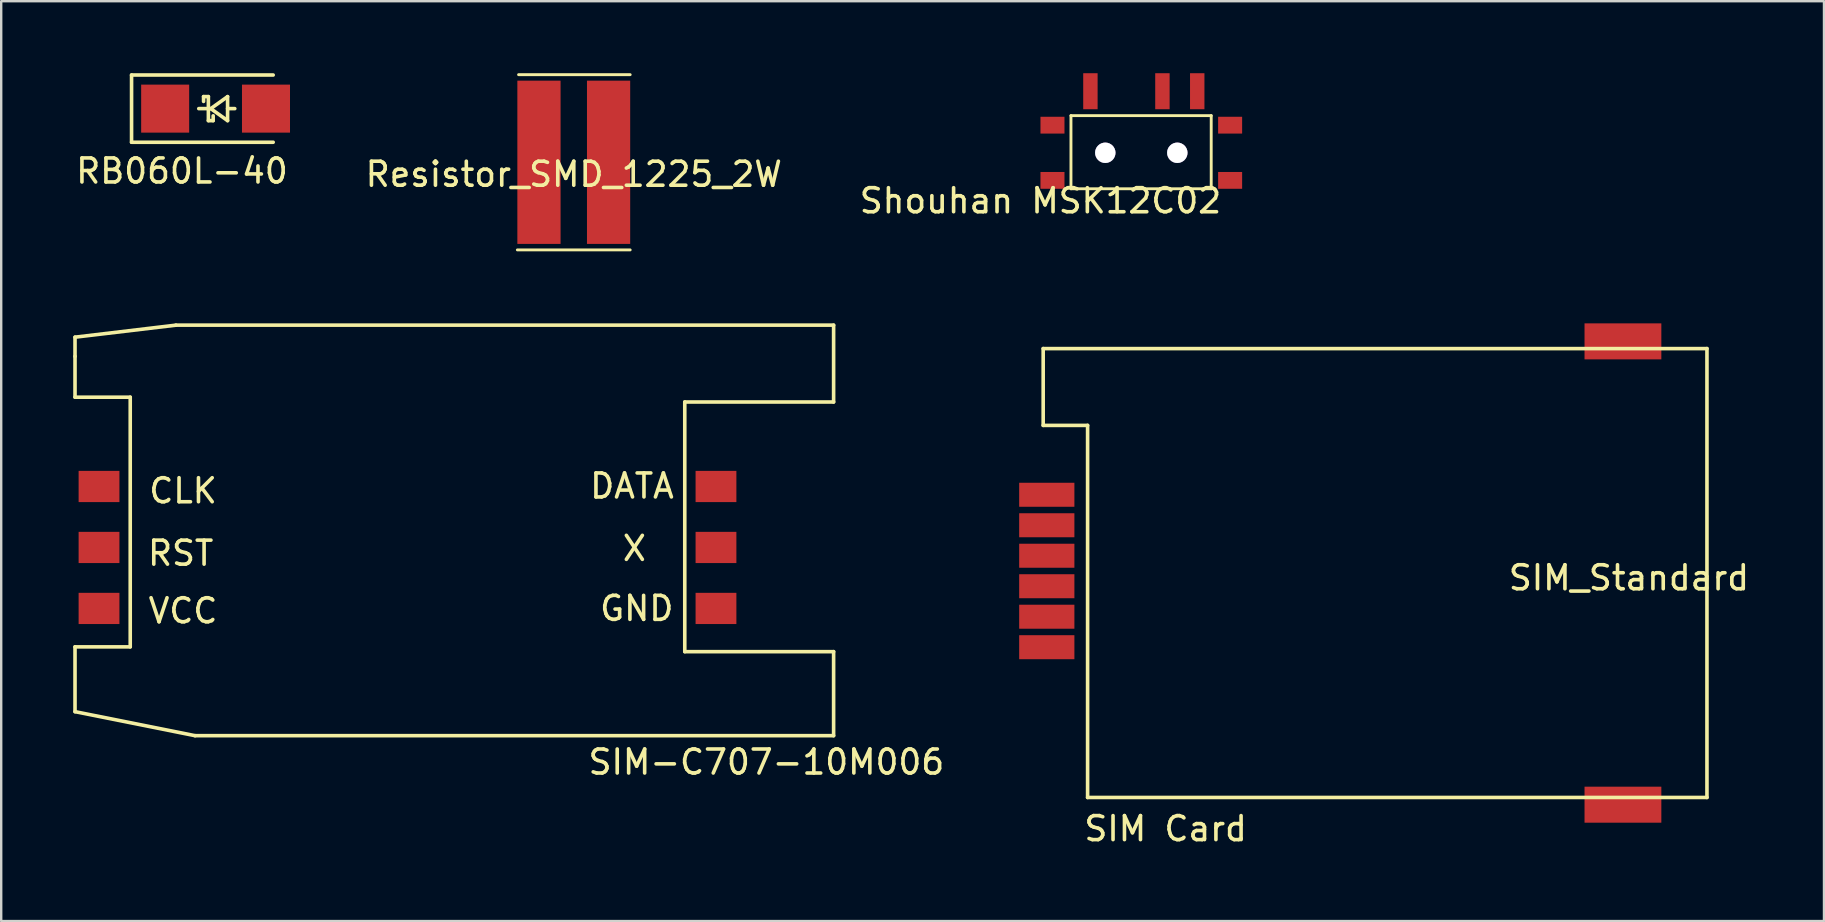
<source format=kicad_pcb>
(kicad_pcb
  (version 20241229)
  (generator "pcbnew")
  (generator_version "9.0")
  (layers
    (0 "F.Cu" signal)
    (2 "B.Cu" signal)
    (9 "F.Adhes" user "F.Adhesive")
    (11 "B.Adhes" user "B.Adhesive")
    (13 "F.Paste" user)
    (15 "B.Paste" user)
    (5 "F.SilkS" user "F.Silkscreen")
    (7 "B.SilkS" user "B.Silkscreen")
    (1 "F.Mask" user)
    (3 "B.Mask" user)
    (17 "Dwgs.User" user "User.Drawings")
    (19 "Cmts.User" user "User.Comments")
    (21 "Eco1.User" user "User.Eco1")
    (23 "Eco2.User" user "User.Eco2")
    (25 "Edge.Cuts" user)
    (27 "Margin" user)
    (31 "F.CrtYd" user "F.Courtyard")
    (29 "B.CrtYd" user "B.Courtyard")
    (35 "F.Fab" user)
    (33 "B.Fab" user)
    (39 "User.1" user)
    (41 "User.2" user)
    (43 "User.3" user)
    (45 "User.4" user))
  (footprint "Shouhan MSK12C02"
    (layer "F.Cu")
    (at 40.292 4.814)
    (property "Reference" "Shouhan MSK12C02" (at 0 0.5 0) (unlocked yes) (layer "F.SilkS") (effects (font (size 1 1) (thickness 0.15))))
    (attr through_hole)
    (fp_line (start 1.27 -3.048) (end 7.112 -3.048) (stroke (width 0.12) (type solid)) (layer "F.SilkS"))
    (fp_line (start 1.27 0) (end 1.27 -3.048) (stroke (width 0.12) (type solid)) (layer "F.SilkS"))
    (fp_line (start 7.112 -3.048) (end 7.112 0) (stroke (width 0.12) (type solid)) (layer "F.SilkS"))
    (fp_line (start 7.112 0) (end 1.27 0) (stroke (width 0.12) (type solid)) (layer "F.SilkS"))
    (pad "1" smd rect (at 2.08 -4.064) (size 0.6 1.5) (layers "F.Cu" "F.Mask" "F.Paste"))
    (pad "2" smd rect (at 5.08 -4.064) (size 0.6 1.5) (layers "F.Cu" "F.Mask" "F.Paste"))
    (pad "3" smd rect (at 6.53 -4.064) (size 0.6 1.5) (layers "F.Cu" "F.Mask" "F.Paste"))
    (pad "4" smd rect (at 0.5 -2.65) (size 1 0.7) (layers "F.Cu" "F.Mask" "F.Paste"))
    (pad "4" smd rect (at 0.5 -0.35) (size 1 0.7) (layers "F.Cu" "F.Mask" "F.Paste"))
    (pad "4" smd rect (at 7.9 -2.65) (size 1 0.7) (layers "F.Cu" "F.Mask" "F.Paste"))
    (pad "4" smd rect (at 7.9 -0.35) (size 1 0.7) (layers "F.Cu" "F.Mask" "F.Paste"))
    (pad "5" thru_hole circle (at 2.7 -1.5) (size 0.85 0.85) (drill 0.85) (layers "*.Cu" "*.Mask"))
    (pad "5" thru_hole circle (at 5.7 -1.5) (size 0.85 0.85) (drill 0.85) (layers "*.Cu" "*.Mask")))
  (footprint "SIM_Standard"
    (layer "F.Cu")
    (at 64.555 20.82)
    (property "Reference" "SIM_Standard" (at 0.25 0.2 0) (layer "F.SilkS") (effects (font (size 1 1) (thickness 0.15))))
    (attr through_hole)
    (fp_line (start -24.15 -9.35) (end 3.5 -9.35) (stroke (width 0.15) (type solid)) (layer "F.SilkS"))
    (fp_line (start -24.15 -6.15) (end -24.15 -9.35) (stroke (width 0.15) (type solid)) (layer "F.SilkS"))
    (fp_line (start -22.3 -6.15) (end -24.15 -6.15) (stroke (width 0.15) (type solid)) (layer "F.SilkS"))
    (fp_line (start -22.3 9.35) (end -22.3 -6.15) (stroke (width 0.15) (type solid)) (layer "F.SilkS"))
    (fp_line (start 3.5 -9.35) (end 3.5 9.35) (stroke (width 0.15) (type solid)) (layer "F.SilkS"))
    (fp_line (start 3.5 9.35) (end -22.3 9.35) (stroke (width 0.15) (type solid)) (layer "F.SilkS"))
    (fp_text user "SIM Card" (at -19.05 10.65 0) (layer "F.SilkS") (effects (font (size 1 1) (thickness 0.15))))
    (pad "0" smd rect (at 0 -9.65) (size 3.2 1.5) (layers "F.Cu" "F.Mask" "F.Paste"))
    (pad "0" smd rect (at 0 9.65) (size 3.2 1.5) (layers "F.Cu" "F.Mask" "F.Paste"))
    (pad "1" smd rect (at -24 -3.26) (size 2.3 1) (layers "F.Cu" "F.Mask" "F.Paste"))
    (pad "2" smd rect (at -24 -0.72) (size 2.3 1) (layers "F.Cu" "F.Mask" "F.Paste"))
    (pad "3" smd rect (at -24 1.82) (size 2.3 1) (layers "F.Cu" "F.Mask" "F.Paste"))
    (pad "5" smd rect (at -24 -1.99) (size 2.3 1) (layers "F.Cu" "F.Mask" "F.Paste"))
    (pad "6" smd rect (at -24 0.55) (size 2.3 1) (layers "F.Cu" "F.Mask" "F.Paste"))
    (pad "7" smd rect (at -24 3.09) (size 2.3 1) (layers "F.Cu" "F.Mask" "F.Paste")))
  (footprint "RB060L-40"
    (layer "F.Cu")
    (at 3.83 1.475)
    (property "Reference" "RB060L-40" (at 0.7 2.6 0) (layer "F.SilkS") (effects (font (size 1 1) (thickness 0.15))))
    (attr through_hole)
    (fp_line (start -1.4 -1.4) (end -1.4 1.4) (stroke (width 0.15) (type solid)) (layer "F.SilkS"))
    (fp_line (start -1.4 1.4) (end 4.5 1.4) (stroke (width 0.15) (type solid)) (layer "F.SilkS"))
    (fp_line (start 1.4 0) (end 1.8 0) (stroke (width 0.15) (type solid)) (layer "F.SilkS"))
    (fp_line (start 1.6 -0.5) (end 1.6 -0.3) (stroke (width 0.15) (type solid)) (layer "F.SilkS"))
    (fp_line (start 1.8 -0.5) (end 1.6 -0.5) (stroke (width 0.15) (type solid)) (layer "F.SilkS"))
    (fp_line (start 1.8 -0.5) (end 1.8 0.5) (stroke (width 0.15) (type solid)) (layer "F.SilkS"))
    (fp_line (start 1.8 0.5) (end 2 0.5) (stroke (width 0.15) (type solid)) (layer "F.SilkS"))
    (fp_line (start 1.9 0) (end 2.6 -0.5) (stroke (width 0.15) (type solid)) (layer "F.SilkS"))
    (fp_line (start 2 0.5) (end 2 0.3) (stroke (width 0.15) (type solid)) (layer "F.SilkS"))
    (fp_line (start 2.6 -0.5) (end 2.6 0.5) (stroke (width 0.15) (type solid)) (layer "F.SilkS"))
    (fp_line (start 2.6 0) (end 2.9 0) (stroke (width 0.15) (type solid)) (layer "F.SilkS"))
    (fp_line (start 2.6 0.5) (end 1.9 0) (stroke (width 0.15) (type solid)) (layer "F.SilkS"))
    (fp_line (start 4.5 -1.4) (end -1.4 -1.4) (stroke (width 0.15) (type solid)) (layer "F.SilkS"))
    (pad "1" smd rect (at 0 0) (size 2 2) (layers "F.Cu" "F.Mask" "F.Paste"))
    (pad "2" smd rect (at 4.2 0) (size 2 2) (layers "F.Cu" "F.Mask" "F.Paste")))
  (footprint "Resistor_SMD_1225_2W"
    (layer "F.Cu")
    (at 20.851 3.71)
    (property "Reference" "Resistor_SMD_1225_2W" (at 0 0.5 0) (unlocked yes) (layer "F.SilkS") (effects (font (size 1 1) (thickness 0.15))))
    (attr through_hole)
    (fp_line (start -2.35 3.65) (end 2.35 3.65) (stroke (width 0.12) (type solid)) (layer "F.SilkS"))
    (fp_line (start -2.3 -3.65) (end 2.35 -3.65) (stroke (width 0.12) (type solid)) (layer "F.SilkS"))
    (pad "1" smd rect (at -1.45 0) (size 1.8 6.8) (layers "F.Cu" "F.Mask" "F.Paste"))
    (pad "2" smd rect (at 1.45 0) (size 1.8 6.8) (layers "F.Cu" "F.Mask" "F.Paste")))
  (footprint "SIM-C707-10M006"
    (layer "F.Cu")
    (at 26.775 22.295)
    (property "Reference" "SIM-C707-10M006" (at 2.1 6.4 0) (layer "F.SilkS") (effects (font (size 1 1) (thickness 0.15))))
    (attr through_hole)
    (fp_line (start -26.7 -11.3) (end -22.5 -11.8) (stroke (width 0.15) (type solid)) (layer "F.SilkS"))
    (fp_line (start -26.7 -10.5) (end -26.7 -11.3) (stroke (width 0.15) (type solid)) (layer "F.SilkS"))
    (fp_line (start -26.7 -8.8) (end -26.7 -10.5) (stroke (width 0.15) (type solid)) (layer "F.SilkS"))
    (fp_line (start -26.7 1.6) (end -24.4 1.6) (stroke (width 0.15) (type solid)) (layer "F.SilkS"))
    (fp_line (start -26.7 4.3) (end -26.7 1.6) (stroke (width 0.15) (type solid)) (layer "F.SilkS"))
    (fp_line (start -24.4 -8.8) (end -26.7 -8.8) (stroke (width 0.15) (type solid)) (layer "F.SilkS"))
    (fp_line (start -24.4 1.6) (end -24.4 -8.8) (stroke (width 0.15) (type solid)) (layer "F.SilkS"))
    (fp_line (start -22.5 -11.8) (end 4.9 -11.8) (stroke (width 0.15) (type solid)) (layer "F.SilkS"))
    (fp_line (start -21.7 5.3) (end -26.7 4.3) (stroke (width 0.15) (type solid)) (layer "F.SilkS"))
    (fp_line (start -1.3 -8.6) (end -1.3 1.8) (stroke (width 0.15) (type solid)) (layer "F.SilkS"))
    (fp_line (start -1.3 1.8) (end 4.9 1.8) (stroke (width 0.15) (type solid)) (layer "F.SilkS"))
    (fp_line (start 4.9 -11.8) (end 4.9 -8.6) (stroke (width 0.15) (type solid)) (layer "F.SilkS"))
    (fp_line (start 4.9 -8.6) (end -1.3 -8.6) (stroke (width 0.15) (type solid)) (layer "F.SilkS"))
    (fp_line (start 4.9 1.8) (end 4.9 5.3) (stroke (width 0.15) (type solid)) (layer "F.SilkS"))
    (fp_line (start 4.9 5.3) (end -21.7 5.3) (stroke (width 0.15) (type solid)) (layer "F.SilkS"))
    (fp_text user "RST" (at -22.3 -2.3 0) (layer "F.SilkS") (effects (font (size 1 1) (thickness 0.15))))
    (fp_text user "DATA" (at -3.5 -5.1 0) (layer "F.SilkS") (effects (font (size 1 1) (thickness 0.15))))
    (fp_text user "VCC" (at -22.2 0.1 0) (layer "F.SilkS") (effects (font (size 1 1) (thickness 0.15))))
    (fp_text user "GND" (at -3.3 0 0) (layer "F.SilkS") (effects (font (size 1 1) (thickness 0.15))))
    (fp_text user "X" (at -3.4 -2.5 0) (layer "F.SilkS") (effects (font (size 1 1) (thickness 0.15))))
    (fp_text user "CLK" (at -22.2 -4.9 0) (layer "F.SilkS") (effects (font (size 1 1) (thickness 0.15))))
    (pad "1" smd rect (at -25.7 0) (size 1.7 1.3) (layers "F.Cu" "F.Mask" "F.Paste"))
    (pad "2" smd rect (at -25.7 -2.54) (size 1.7 1.3) (layers "F.Cu" "F.Mask" "F.Paste"))
    (pad "3" smd rect (at -25.7 -5.08) (size 1.7 1.3) (layers "F.Cu" "F.Mask" "F.Paste"))
    (pad "5" smd rect (at 0 0) (size 1.7 1.3) (layers "F.Cu" "F.Mask" "F.Paste"))
    (pad "6" smd rect (at 0 -2.54) (size 1.7 1.3) (layers "F.Cu" "F.Mask" "F.Paste"))
    (pad "7" smd rect (at 0 -5.08) (size 1.7 1.3) (layers "F.Cu" "F.Mask" "F.Paste")))
  (gr_rect
    (start -3 -3)
    (end 72.93 35.318)
    (stroke (width 0.1) (type default))
    (fill no)
    (layer "Edge.Cuts")))
</source>
